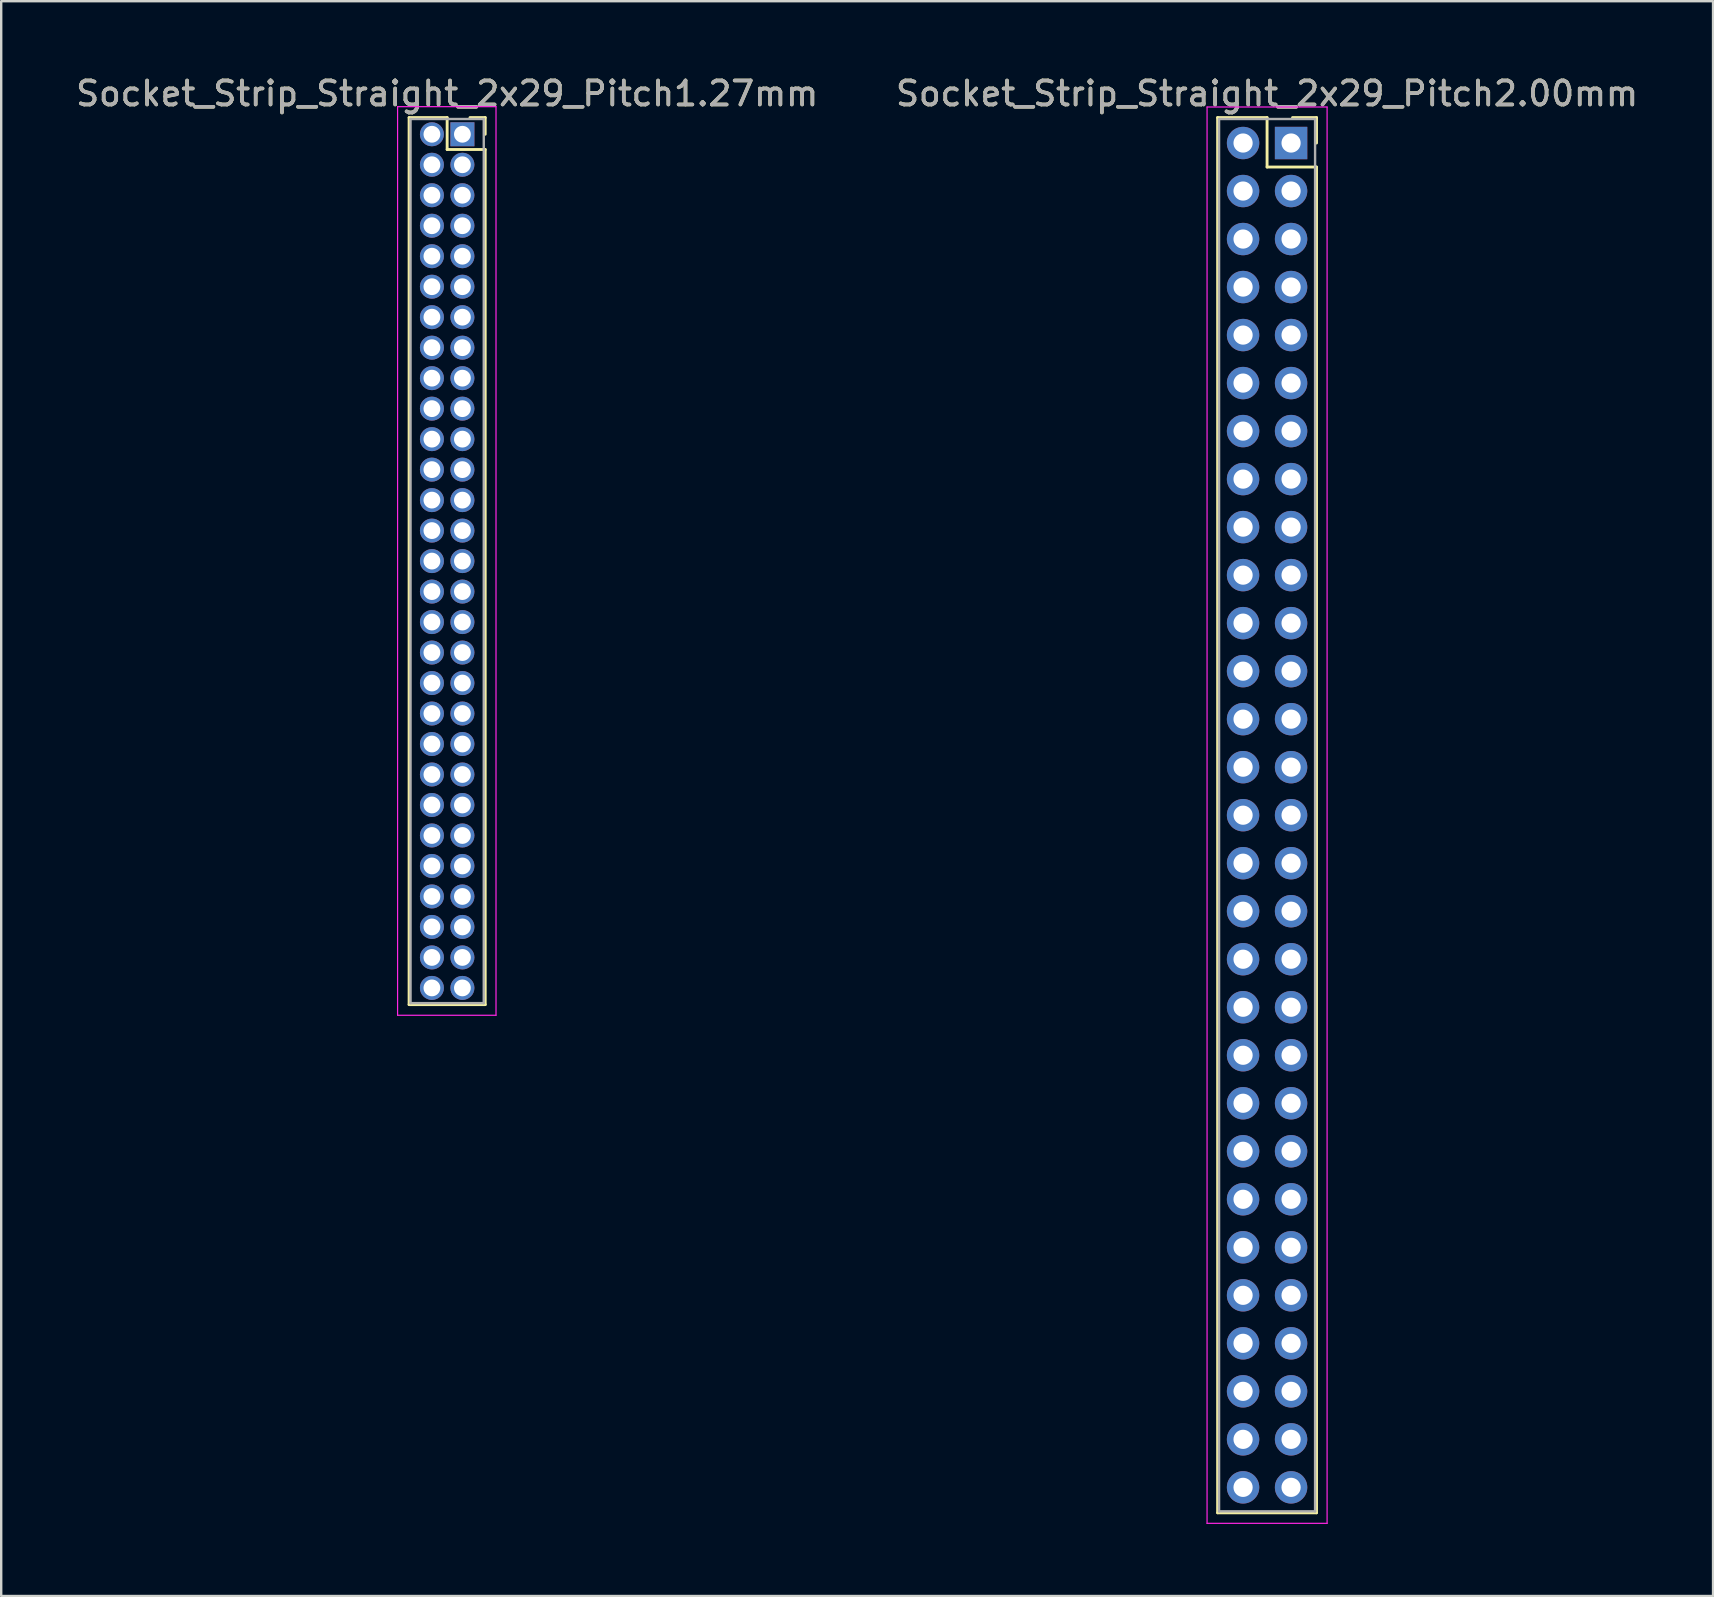
<source format=kicad_pcb>
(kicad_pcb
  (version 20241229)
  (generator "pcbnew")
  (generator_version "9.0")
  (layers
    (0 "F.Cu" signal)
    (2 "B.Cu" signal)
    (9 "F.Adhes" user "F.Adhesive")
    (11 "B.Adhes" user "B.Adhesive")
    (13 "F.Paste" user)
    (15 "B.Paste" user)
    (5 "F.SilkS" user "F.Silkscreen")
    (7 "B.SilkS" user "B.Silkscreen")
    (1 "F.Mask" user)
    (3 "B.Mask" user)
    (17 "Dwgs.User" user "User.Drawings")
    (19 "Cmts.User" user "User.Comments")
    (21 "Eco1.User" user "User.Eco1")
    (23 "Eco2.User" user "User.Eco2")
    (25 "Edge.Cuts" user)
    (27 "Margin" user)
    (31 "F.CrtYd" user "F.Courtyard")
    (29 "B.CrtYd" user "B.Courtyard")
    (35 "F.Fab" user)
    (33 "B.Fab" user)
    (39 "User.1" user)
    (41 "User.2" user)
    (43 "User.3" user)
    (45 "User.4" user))
  (footprint "Socket_Strip_Straight_2x29_Pitch1.27mm"
    (layer "F.Cu")
    (at 16.212 2.543)
    (property "Reference" "Socket_Strip_Straight_2x29_Pitch1.27mm" (at -0.635 -1.695 0) (layer "F.SilkS") (effects (font (size 1 1) (thickness 0.15))))
    (attr through_hole)
    (fp_line (start -2.22 -0.695) (end -0.635 -0.695) (stroke (width 0.12) (type solid)) (layer "F.SilkS"))
    (fp_line (start -2.22 36.255) (end -2.22 -0.695) (stroke (width 0.12) (type solid)) (layer "F.SilkS"))
    (fp_line (start -0.635 -0.695) (end -0.635 0.635) (stroke (width 0.12) (type solid)) (layer "F.SilkS"))
    (fp_line (start -0.635 0.635) (end 0.95 0.635) (stroke (width 0.12) (type solid)) (layer "F.SilkS"))
    (fp_line (start 0.95 -0.695) (end 0.315 -0.695) (stroke (width 0.12) (type solid)) (layer "F.SilkS"))
    (fp_line (start 0.95 0) (end 0.95 -0.695) (stroke (width 0.12) (type solid)) (layer "F.SilkS"))
    (fp_line (start 0.95 0.635) (end 0.95 36.255) (stroke (width 0.12) (type solid)) (layer "F.SilkS"))
    (fp_line (start 0.95 36.255) (end -2.22 36.255) (stroke (width 0.12) (type solid)) (layer "F.SilkS"))
    (fp_line (start -2.7 -1.15) (end -2.7 36.7) (stroke (width 0.05) (type solid)) (layer "F.CrtYd"))
    (fp_line (start -2.7 36.7) (end 1.4 36.7) (stroke (width 0.05) (type solid)) (layer "F.CrtYd"))
    (fp_line (start 1.4 -1.15) (end -2.7 -1.15) (stroke (width 0.05) (type solid)) (layer "F.CrtYd"))
    (fp_line (start 1.4 36.7) (end 1.4 -1.15) (stroke (width 0.05) (type solid)) (layer "F.CrtYd"))
    (fp_line (start -2.16 -0.635) (end -2.16 36.195) (stroke (width 0.1) (type solid)) (layer "F.Fab"))
    (fp_line (start -2.16 36.195) (end 0.89 36.195) (stroke (width 0.1) (type solid)) (layer "F.Fab"))
    (fp_line (start 0.89 -0.635) (end -2.16 -0.635) (stroke (width 0.1) (type solid)) (layer "F.Fab"))
    (fp_line (start 0.89 36.195) (end 0.89 -0.635) (stroke (width 0.1) (type solid)) (layer "F.Fab"))
    (fp_text user "${REFERENCE}" (at -0.635 -1.695 0) (layer "F.Fab") (effects (font (size 1 1) (thickness 0.15))))
    (pad "1" thru_hole rect (at 0 0) (size 1 1) (drill 0.7) (layers "*.Cu" "*.Mask"))
    (pad "2" thru_hole oval (at -1.27 0) (size 1 1) (drill 0.7) (layers "*.Cu" "*.Mask"))
    (pad "3" thru_hole oval (at 0 1.27) (size 1 1) (drill 0.7) (layers "*.Cu" "*.Mask"))
    (pad "4" thru_hole oval (at -1.27 1.27) (size 1 1) (drill 0.7) (layers "*.Cu" "*.Mask"))
    (pad "5" thru_hole oval (at 0 2.54) (size 1 1) (drill 0.7) (layers "*.Cu" "*.Mask"))
    (pad "6" thru_hole oval (at -1.27 2.54) (size 1 1) (drill 0.7) (layers "*.Cu" "*.Mask"))
    (pad "7" thru_hole oval (at 0 3.81) (size 1 1) (drill 0.7) (layers "*.Cu" "*.Mask"))
    (pad "8" thru_hole oval (at -1.27 3.81) (size 1 1) (drill 0.7) (layers "*.Cu" "*.Mask"))
    (pad "9" thru_hole oval (at 0 5.08) (size 1 1) (drill 0.7) (layers "*.Cu" "*.Mask"))
    (pad "10" thru_hole oval (at -1.27 5.08) (size 1 1) (drill 0.7) (layers "*.Cu" "*.Mask"))
    (pad "11" thru_hole oval (at 0 6.35) (size 1 1) (drill 0.7) (layers "*.Cu" "*.Mask"))
    (pad "12" thru_hole oval (at -1.27 6.35) (size 1 1) (drill 0.7) (layers "*.Cu" "*.Mask"))
    (pad "13" thru_hole oval (at 0 7.62) (size 1 1) (drill 0.7) (layers "*.Cu" "*.Mask"))
    (pad "14" thru_hole oval (at -1.27 7.62) (size 1 1) (drill 0.7) (layers "*.Cu" "*.Mask"))
    (pad "15" thru_hole oval (at 0 8.89) (size 1 1) (drill 0.7) (layers "*.Cu" "*.Mask"))
    (pad "16" thru_hole oval (at -1.27 8.89) (size 1 1) (drill 0.7) (layers "*.Cu" "*.Mask"))
    (pad "17" thru_hole oval (at 0 10.16) (size 1 1) (drill 0.7) (layers "*.Cu" "*.Mask"))
    (pad "18" thru_hole oval (at -1.27 10.16) (size 1 1) (drill 0.7) (layers "*.Cu" "*.Mask"))
    (pad "19" thru_hole oval (at 0 11.43) (size 1 1) (drill 0.7) (layers "*.Cu" "*.Mask"))
    (pad "20" thru_hole oval (at -1.27 11.43) (size 1 1) (drill 0.7) (layers "*.Cu" "*.Mask"))
    (pad "21" thru_hole oval (at 0 12.7) (size 1 1) (drill 0.7) (layers "*.Cu" "*.Mask"))
    (pad "22" thru_hole oval (at -1.27 12.7) (size 1 1) (drill 0.7) (layers "*.Cu" "*.Mask"))
    (pad "23" thru_hole oval (at 0 13.97) (size 1 1) (drill 0.7) (layers "*.Cu" "*.Mask"))
    (pad "24" thru_hole oval (at -1.27 13.97) (size 1 1) (drill 0.7) (layers "*.Cu" "*.Mask"))
    (pad "25" thru_hole oval (at 0 15.24) (size 1 1) (drill 0.7) (layers "*.Cu" "*.Mask"))
    (pad "26" thru_hole oval (at -1.27 15.24) (size 1 1) (drill 0.7) (layers "*.Cu" "*.Mask"))
    (pad "27" thru_hole oval (at 0 16.51) (size 1 1) (drill 0.7) (layers "*.Cu" "*.Mask"))
    (pad "28" thru_hole oval (at -1.27 16.51) (size 1 1) (drill 0.7) (layers "*.Cu" "*.Mask"))
    (pad "29" thru_hole oval (at 0 17.78) (size 1 1) (drill 0.7) (layers "*.Cu" "*.Mask"))
    (pad "30" thru_hole oval (at -1.27 17.78) (size 1 1) (drill 0.7) (layers "*.Cu" "*.Mask"))
    (pad "31" thru_hole oval (at 0 19.05) (size 1 1) (drill 0.7) (layers "*.Cu" "*.Mask"))
    (pad "32" thru_hole oval (at -1.27 19.05) (size 1 1) (drill 0.7) (layers "*.Cu" "*.Mask"))
    (pad "33" thru_hole oval (at 0 20.32) (size 1 1) (drill 0.7) (layers "*.Cu" "*.Mask"))
    (pad "34" thru_hole oval (at -1.27 20.32) (size 1 1) (drill 0.7) (layers "*.Cu" "*.Mask"))
    (pad "35" thru_hole oval (at 0 21.59) (size 1 1) (drill 0.7) (layers "*.Cu" "*.Mask"))
    (pad "36" thru_hole oval (at -1.27 21.59) (size 1 1) (drill 0.7) (layers "*.Cu" "*.Mask"))
    (pad "37" thru_hole oval (at 0 22.86) (size 1 1) (drill 0.7) (layers "*.Cu" "*.Mask"))
    (pad "38" thru_hole oval (at -1.27 22.86) (size 1 1) (drill 0.7) (layers "*.Cu" "*.Mask"))
    (pad "39" thru_hole oval (at 0 24.13) (size 1 1) (drill 0.7) (layers "*.Cu" "*.Mask"))
    (pad "40" thru_hole oval (at -1.27 24.13) (size 1 1) (drill 0.7) (layers "*.Cu" "*.Mask"))
    (pad "41" thru_hole oval (at 0 25.4) (size 1 1) (drill 0.7) (layers "*.Cu" "*.Mask"))
    (pad "42" thru_hole oval (at -1.27 25.4) (size 1 1) (drill 0.7) (layers "*.Cu" "*.Mask"))
    (pad "43" thru_hole oval (at 0 26.67) (size 1 1) (drill 0.7) (layers "*.Cu" "*.Mask"))
    (pad "44" thru_hole oval (at -1.27 26.67) (size 1 1) (drill 0.7) (layers "*.Cu" "*.Mask"))
    (pad "45" thru_hole oval (at 0 27.94) (size 1 1) (drill 0.7) (layers "*.Cu" "*.Mask"))
    (pad "46" thru_hole oval (at -1.27 27.94) (size 1 1) (drill 0.7) (layers "*.Cu" "*.Mask"))
    (pad "47" thru_hole oval (at 0 29.21) (size 1 1) (drill 0.7) (layers "*.Cu" "*.Mask"))
    (pad "48" thru_hole oval (at -1.27 29.21) (size 1 1) (drill 0.7) (layers "*.Cu" "*.Mask"))
    (pad "49" thru_hole oval (at 0 30.48) (size 1 1) (drill 0.7) (layers "*.Cu" "*.Mask"))
    (pad "50" thru_hole oval (at -1.27 30.48) (size 1 1) (drill 0.7) (layers "*.Cu" "*.Mask"))
    (pad "51" thru_hole oval (at 0 31.75) (size 1 1) (drill 0.7) (layers "*.Cu" "*.Mask"))
    (pad "52" thru_hole oval (at -1.27 31.75) (size 1 1) (drill 0.7) (layers "*.Cu" "*.Mask"))
    (pad "53" thru_hole oval (at 0 33.02) (size 1 1) (drill 0.7) (layers "*.Cu" "*.Mask"))
    (pad "54" thru_hole oval (at -1.27 33.02) (size 1 1) (drill 0.7) (layers "*.Cu" "*.Mask"))
    (pad "55" thru_hole oval (at 0 34.29) (size 1 1) (drill 0.7) (layers "*.Cu" "*.Mask"))
    (pad "56" thru_hole oval (at -1.27 34.29) (size 1 1) (drill 0.7) (layers "*.Cu" "*.Mask"))
    (pad "57" thru_hole oval (at 0 35.56) (size 1 1) (drill 0.7) (layers "*.Cu" "*.Mask"))
    (pad "58" thru_hole oval (at -1.27 35.56) (size 1 1) (drill 0.7) (layers "*.Cu" "*.Mask")))
  (footprint "Socket_Strip_Straight_2x29_Pitch2.00mm"
    (layer "F.Cu")
    (at 50.732 2.908)
    (property "Reference" "Socket_Strip_Straight_2x29_Pitch2.00mm" (at -1 -2.06 0) (layer "F.SilkS") (effects (font (size 1 1) (thickness 0.15))))
    (attr through_hole)
    (fp_line (start -3.06 -1.06) (end -1 -1.06) (stroke (width 0.12) (type solid)) (layer "F.SilkS"))
    (fp_line (start -3.06 57.06) (end -3.06 -1.06) (stroke (width 0.12) (type solid)) (layer "F.SilkS"))
    (fp_line (start -1 -1.06) (end -1 1) (stroke (width 0.12) (type solid)) (layer "F.SilkS"))
    (fp_line (start -1 1) (end 1.06 1) (stroke (width 0.12) (type solid)) (layer "F.SilkS"))
    (fp_line (start 1.06 -1.06) (end 0.06 -1.06) (stroke (width 0.12) (type solid)) (layer "F.SilkS"))
    (fp_line (start 1.06 0) (end 1.06 -1.06) (stroke (width 0.12) (type solid)) (layer "F.SilkS"))
    (fp_line (start 1.06 1) (end 1.06 57.06) (stroke (width 0.12) (type solid)) (layer "F.SilkS"))
    (fp_line (start 1.06 57.06) (end -3.06 57.06) (stroke (width 0.12) (type solid)) (layer "F.SilkS"))
    (fp_line (start -3.5 -1.5) (end -3.5 57.5) (stroke (width 0.05) (type solid)) (layer "F.CrtYd"))
    (fp_line (start -3.5 57.5) (end 1.5 57.5) (stroke (width 0.05) (type solid)) (layer "F.CrtYd"))
    (fp_line (start 1.5 -1.5) (end -3.5 -1.5) (stroke (width 0.05) (type solid)) (layer "F.CrtYd"))
    (fp_line (start 1.5 57.5) (end 1.5 -1.5) (stroke (width 0.05) (type solid)) (layer "F.CrtYd"))
    (fp_line (start -3 -1) (end -3 57) (stroke (width 0.1) (type solid)) (layer "F.Fab"))
    (fp_line (start -3 57) (end 1 57) (stroke (width 0.1) (type solid)) (layer "F.Fab"))
    (fp_line (start 1 -1) (end -3 -1) (stroke (width 0.1) (type solid)) (layer "F.Fab"))
    (fp_line (start 1 57) (end 1 -1) (stroke (width 0.1) (type solid)) (layer "F.Fab"))
    (fp_text user "${REFERENCE}" (at -1 -2.06 0) (layer "F.Fab") (effects (font (size 1 1) (thickness 0.15))))
    (pad "1" thru_hole rect (at 0 0) (size 1.35 1.35) (drill 0.8) (layers "*.Cu" "*.Mask"))
    (pad "2" thru_hole oval (at -2 0) (size 1.35 1.35) (drill 0.8) (layers "*.Cu" "*.Mask"))
    (pad "3" thru_hole oval (at 0 2) (size 1.35 1.35) (drill 0.8) (layers "*.Cu" "*.Mask"))
    (pad "4" thru_hole oval (at -2 2) (size 1.35 1.35) (drill 0.8) (layers "*.Cu" "*.Mask"))
    (pad "5" thru_hole oval (at 0 4) (size 1.35 1.35) (drill 0.8) (layers "*.Cu" "*.Mask"))
    (pad "6" thru_hole oval (at -2 4) (size 1.35 1.35) (drill 0.8) (layers "*.Cu" "*.Mask"))
    (pad "7" thru_hole oval (at 0 6) (size 1.35 1.35) (drill 0.8) (layers "*.Cu" "*.Mask"))
    (pad "8" thru_hole oval (at -2 6) (size 1.35 1.35) (drill 0.8) (layers "*.Cu" "*.Mask"))
    (pad "9" thru_hole oval (at 0 8) (size 1.35 1.35) (drill 0.8) (layers "*.Cu" "*.Mask"))
    (pad "10" thru_hole oval (at -2 8) (size 1.35 1.35) (drill 0.8) (layers "*.Cu" "*.Mask"))
    (pad "11" thru_hole oval (at 0 10) (size 1.35 1.35) (drill 0.8) (layers "*.Cu" "*.Mask"))
    (pad "12" thru_hole oval (at -2 10) (size 1.35 1.35) (drill 0.8) (layers "*.Cu" "*.Mask"))
    (pad "13" thru_hole oval (at 0 12) (size 1.35 1.35) (drill 0.8) (layers "*.Cu" "*.Mask"))
    (pad "14" thru_hole oval (at -2 12) (size 1.35 1.35) (drill 0.8) (layers "*.Cu" "*.Mask"))
    (pad "15" thru_hole oval (at 0 14) (size 1.35 1.35) (drill 0.8) (layers "*.Cu" "*.Mask"))
    (pad "16" thru_hole oval (at -2 14) (size 1.35 1.35) (drill 0.8) (layers "*.Cu" "*.Mask"))
    (pad "17" thru_hole oval (at 0 16) (size 1.35 1.35) (drill 0.8) (layers "*.Cu" "*.Mask"))
    (pad "18" thru_hole oval (at -2 16) (size 1.35 1.35) (drill 0.8) (layers "*.Cu" "*.Mask"))
    (pad "19" thru_hole oval (at 0 18) (size 1.35 1.35) (drill 0.8) (layers "*.Cu" "*.Mask"))
    (pad "20" thru_hole oval (at -2 18) (size 1.35 1.35) (drill 0.8) (layers "*.Cu" "*.Mask"))
    (pad "21" thru_hole oval (at 0 20) (size 1.35 1.35) (drill 0.8) (layers "*.Cu" "*.Mask"))
    (pad "22" thru_hole oval (at -2 20) (size 1.35 1.35) (drill 0.8) (layers "*.Cu" "*.Mask"))
    (pad "23" thru_hole oval (at 0 22) (size 1.35 1.35) (drill 0.8) (layers "*.Cu" "*.Mask"))
    (pad "24" thru_hole oval (at -2 22) (size 1.35 1.35) (drill 0.8) (layers "*.Cu" "*.Mask"))
    (pad "25" thru_hole oval (at 0 24) (size 1.35 1.35) (drill 0.8) (layers "*.Cu" "*.Mask"))
    (pad "26" thru_hole oval (at -2 24) (size 1.35 1.35) (drill 0.8) (layers "*.Cu" "*.Mask"))
    (pad "27" thru_hole oval (at 0 26) (size 1.35 1.35) (drill 0.8) (layers "*.Cu" "*.Mask"))
    (pad "28" thru_hole oval (at -2 26) (size 1.35 1.35) (drill 0.8) (layers "*.Cu" "*.Mask"))
    (pad "29" thru_hole oval (at 0 28) (size 1.35 1.35) (drill 0.8) (layers "*.Cu" "*.Mask"))
    (pad "30" thru_hole oval (at -2 28) (size 1.35 1.35) (drill 0.8) (layers "*.Cu" "*.Mask"))
    (pad "31" thru_hole oval (at 0 30) (size 1.35 1.35) (drill 0.8) (layers "*.Cu" "*.Mask"))
    (pad "32" thru_hole oval (at -2 30) (size 1.35 1.35) (drill 0.8) (layers "*.Cu" "*.Mask"))
    (pad "33" thru_hole oval (at 0 32) (size 1.35 1.35) (drill 0.8) (layers "*.Cu" "*.Mask"))
    (pad "34" thru_hole oval (at -2 32) (size 1.35 1.35) (drill 0.8) (layers "*.Cu" "*.Mask"))
    (pad "35" thru_hole oval (at 0 34) (size 1.35 1.35) (drill 0.8) (layers "*.Cu" "*.Mask"))
    (pad "36" thru_hole oval (at -2 34) (size 1.35 1.35) (drill 0.8) (layers "*.Cu" "*.Mask"))
    (pad "37" thru_hole oval (at 0 36) (size 1.35 1.35) (drill 0.8) (layers "*.Cu" "*.Mask"))
    (pad "38" thru_hole oval (at -2 36) (size 1.35 1.35) (drill 0.8) (layers "*.Cu" "*.Mask"))
    (pad "39" thru_hole oval (at 0 38) (size 1.35 1.35) (drill 0.8) (layers "*.Cu" "*.Mask"))
    (pad "40" thru_hole oval (at -2 38) (size 1.35 1.35) (drill 0.8) (layers "*.Cu" "*.Mask"))
    (pad "41" thru_hole oval (at 0 40) (size 1.35 1.35) (drill 0.8) (layers "*.Cu" "*.Mask"))
    (pad "42" thru_hole oval (at -2 40) (size 1.35 1.35) (drill 0.8) (layers "*.Cu" "*.Mask"))
    (pad "43" thru_hole oval (at 0 42) (size 1.35 1.35) (drill 0.8) (layers "*.Cu" "*.Mask"))
    (pad "44" thru_hole oval (at -2 42) (size 1.35 1.35) (drill 0.8) (layers "*.Cu" "*.Mask"))
    (pad "45" thru_hole oval (at 0 44) (size 1.35 1.35) (drill 0.8) (layers "*.Cu" "*.Mask"))
    (pad "46" thru_hole oval (at -2 44) (size 1.35 1.35) (drill 0.8) (layers "*.Cu" "*.Mask"))
    (pad "47" thru_hole oval (at 0 46) (size 1.35 1.35) (drill 0.8) (layers "*.Cu" "*.Mask"))
    (pad "48" thru_hole oval (at -2 46) (size 1.35 1.35) (drill 0.8) (layers "*.Cu" "*.Mask"))
    (pad "49" thru_hole oval (at 0 48) (size 1.35 1.35) (drill 0.8) (layers "*.Cu" "*.Mask"))
    (pad "50" thru_hole oval (at -2 48) (size 1.35 1.35) (drill 0.8) (layers "*.Cu" "*.Mask"))
    (pad "51" thru_hole oval (at 0 50) (size 1.35 1.35) (drill 0.8) (layers "*.Cu" "*.Mask"))
    (pad "52" thru_hole oval (at -2 50) (size 1.35 1.35) (drill 0.8) (layers "*.Cu" "*.Mask"))
    (pad "53" thru_hole oval (at 0 52) (size 1.35 1.35) (drill 0.8) (layers "*.Cu" "*.Mask"))
    (pad "54" thru_hole oval (at -2 52) (size 1.35 1.35) (drill 0.8) (layers "*.Cu" "*.Mask"))
    (pad "55" thru_hole oval (at 0 54) (size 1.35 1.35) (drill 0.8) (layers "*.Cu" "*.Mask"))
    (pad "56" thru_hole oval (at -2 54) (size 1.35 1.35) (drill 0.8) (layers "*.Cu" "*.Mask"))
    (pad "57" thru_hole oval (at 0 56) (size 1.35 1.35) (drill 0.8) (layers "*.Cu" "*.Mask"))
    (pad "58" thru_hole oval (at -2 56) (size 1.35 1.35) (drill 0.8) (layers "*.Cu" "*.Mask")))
  (gr_rect
    (start -3 -3)
    (end 68.31 63.433)
    (stroke (width 0.1) (type default))
    (fill no)
    (layer "Edge.Cuts")))
</source>
